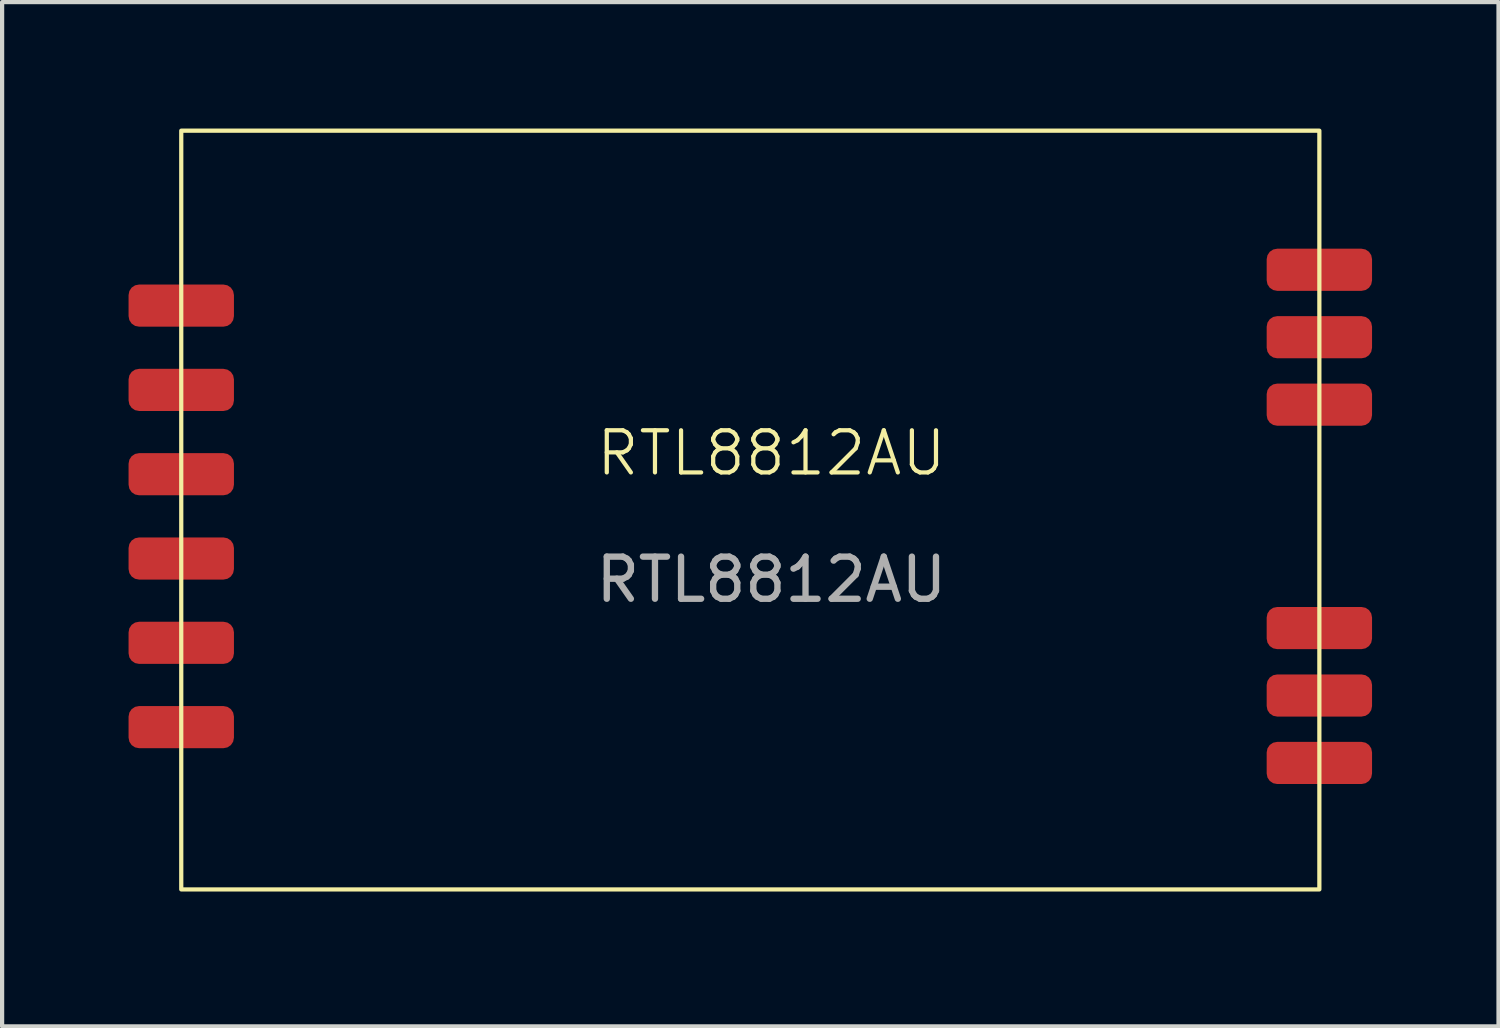
<source format=kicad_pcb>
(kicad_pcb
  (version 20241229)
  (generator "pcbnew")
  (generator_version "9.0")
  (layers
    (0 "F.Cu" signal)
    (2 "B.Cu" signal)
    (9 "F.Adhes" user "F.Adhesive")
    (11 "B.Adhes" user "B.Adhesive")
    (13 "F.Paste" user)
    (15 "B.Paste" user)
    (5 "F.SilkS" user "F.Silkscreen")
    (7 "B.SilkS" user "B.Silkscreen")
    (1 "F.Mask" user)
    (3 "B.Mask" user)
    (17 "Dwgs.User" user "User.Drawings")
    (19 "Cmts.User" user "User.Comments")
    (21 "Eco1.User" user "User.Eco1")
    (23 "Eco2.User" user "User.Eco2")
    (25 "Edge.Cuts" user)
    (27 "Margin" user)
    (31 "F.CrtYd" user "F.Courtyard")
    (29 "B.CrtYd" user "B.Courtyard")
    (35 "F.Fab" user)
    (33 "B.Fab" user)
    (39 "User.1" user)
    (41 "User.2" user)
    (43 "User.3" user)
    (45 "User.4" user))
  (footprint "RTL8812AU"
    (layer "F.Cu")
    (at 5.25 18.05)
    (property "Reference" "RTL8812AU" (at 10 -10.35 0) (unlocked yes) (layer "F.SilkS") (effects (font (size 1 1) (thickness 0.1))))
    (attr smd)
    (fp_rect (start -4 -18) (end 23 0) (stroke (width 0.1) (type default)) (fill no) (layer "F.SilkS"))
    (fp_text user "${REFERENCE}" (at 10 -7.35 0) (unlocked yes) (layer "F.Fab") (effects (font (size 1 1) (thickness 0.15))))
    (pad "1" smd roundrect (at -4 -3.85) (size 2.5 1) (layers "F.Cu" "F.Mask" "F.Paste") (roundrect_rratio 0.25))
    (pad "2" smd roundrect (at -4 -5.85) (size 2.5 1) (layers "F.Cu" "F.Mask" "F.Paste") (roundrect_rratio 0.25))
    (pad "3" smd roundrect (at -4 -7.85) (size 2.5 1) (layers "F.Cu" "F.Mask" "F.Paste") (roundrect_rratio 0.25))
    (pad "4" smd roundrect (at -4 -9.85) (size 2.5 1) (layers "F.Cu" "F.Mask" "F.Paste") (roundrect_rratio 0.25))
    (pad "5" smd roundrect (at -4 -11.85) (size 2.5 1) (layers "F.Cu" "F.Mask" "F.Paste") (roundrect_rratio 0.25))
    (pad "6" smd roundrect (at -4 -13.85) (size 2.5 1) (layers "F.Cu" "F.Mask" "F.Paste") (roundrect_rratio 0.25))
    (pad "7" smd roundrect (at 23 -14.7) (size 2.5 1) (layers "F.Cu" "F.Mask" "F.Paste") (roundrect_rratio 0.25))
    (pad "8" smd roundrect (at 23 -13.1) (size 2.5 1) (layers "F.Cu" "F.Mask" "F.Paste") (roundrect_rratio 0.25))
    (pad "9" smd roundrect (at 23 -11.5) (size 2.5 1) (layers "F.Cu" "F.Mask" "F.Paste") (roundrect_rratio 0.25))
    (pad "10" smd roundrect (at 23 -6.2) (size 2.5 1) (layers "F.Cu" "F.Mask" "F.Paste") (roundrect_rratio 0.25))
    (pad "11" smd roundrect (at 23 -4.6) (size 2.5 1) (layers "F.Cu" "F.Mask" "F.Paste") (roundrect_rratio 0.25))
    (pad "12" smd roundrect (at 23 -3) (size 2.5 1) (layers "F.Cu" "F.Mask" "F.Paste") (roundrect_rratio 0.25)))
  (gr_rect
    (start -3 -3)
    (end 32.5 21.3)
    (stroke (width 0.1) (type default))
    (fill no)
    (layer "Edge.Cuts")))
</source>
